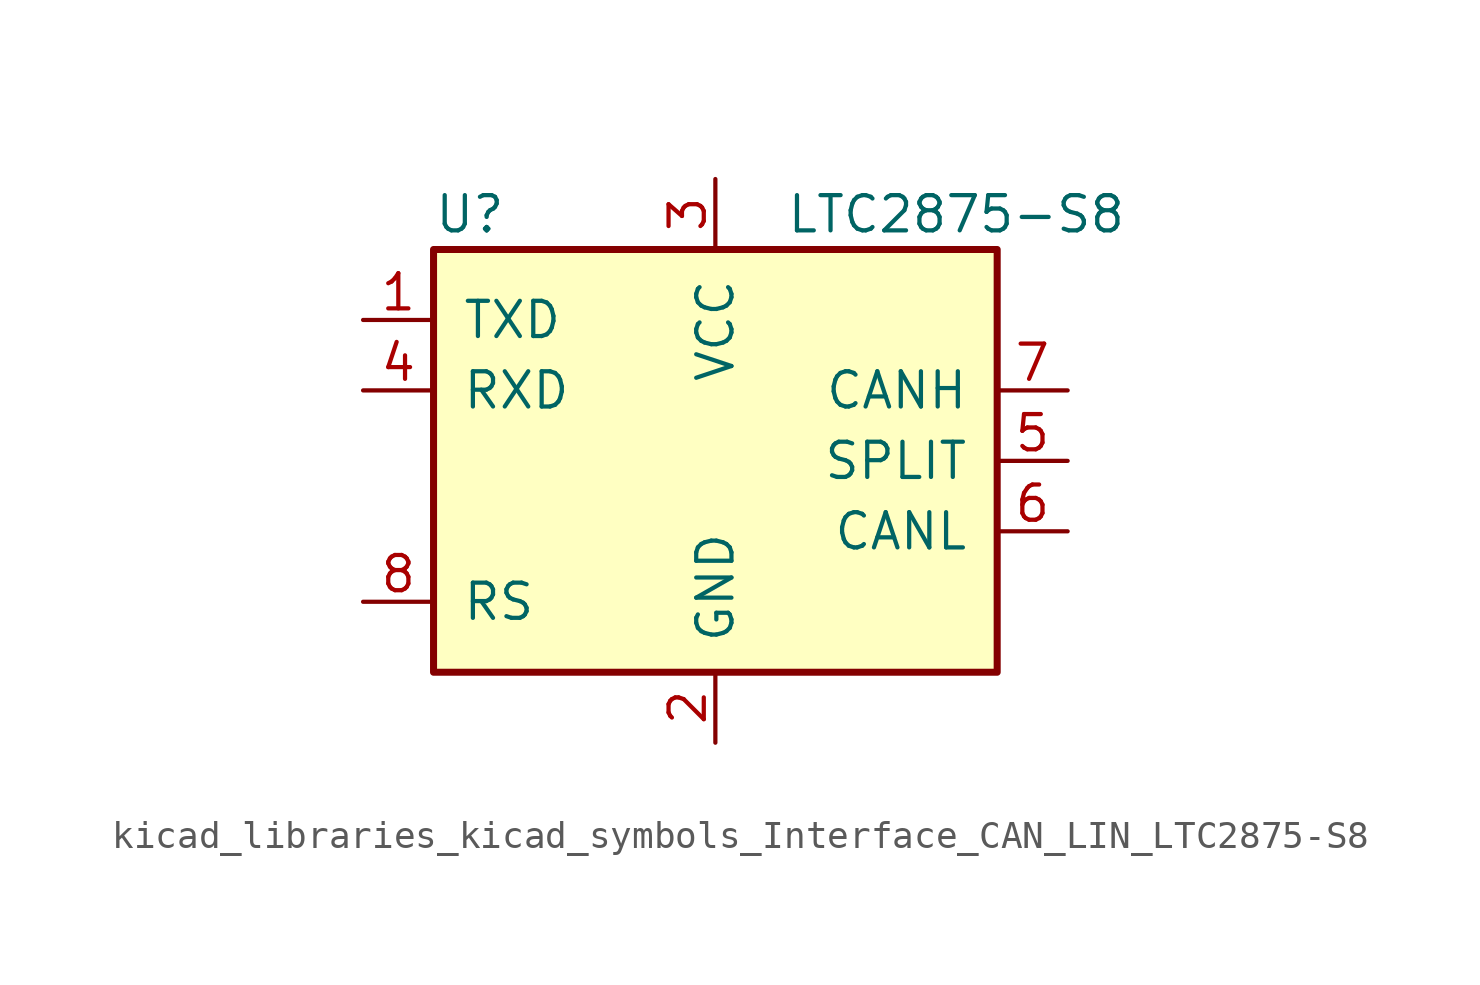
<source format=kicad_sym>
(kicad_symbol_lib
  (version 20220914)
  (generator kicad_symbol_editor)
  (symbol "kicad_libraries_kicad_symbols_Interface_CAN_LIN_LTC2875-S8"
    (pin_names
      (offset 1.016))
    (property "Reference" "U"
      (at -10.16 8.89 0)
      (effects (font (size 1.27 1.27)) (justify left)))
    (property "Value" "LTC2875-S8"
      (at 2.54 8.89 0)
      (effects (font (size 1.27 1.27)) (justify left)))
    (symbol "kicad_libraries_kicad_symbols_Interface_CAN_LIN_LTC2875-S8_0_1"
      (rectangle (start -10.16 7.62) (end 10.16 -7.62) (stroke (width 0.254) (type default)) (fill (type background))))
    (symbol "kicad_libraries_kicad_symbols_Interface_CAN_LIN_LTC2875-S8_1_1"
      (pin input line (at -12.7 5.08 0) (length 2.54) (name "TXD" (effects (font (size 1.27 1.27)))) (number "1" (effects (font (size 1.27 1.27)))))
      (pin power_in line (at 0 -10.16 90) (length 2.54) (name "GND" (effects (font (size 1.27 1.27)))) (number "2" (effects (font (size 1.27 1.27)))))
      (pin power_in line (at 0 10.16 270) (length 2.54) (name "VCC" (effects (font (size 1.27 1.27)))) (number "3" (effects (font (size 1.27 1.27)))))
      (pin output line (at -12.7 2.54 0) (length 2.54) (name "RXD" (effects (font (size 1.27 1.27)))) (number "4" (effects (font (size 1.27 1.27)))))
      (pin input line (at 12.7 0 180) (length 2.54) (name "SPLIT" (effects (font (size 1.27 1.27)))) (number "5" (effects (font (size 1.27 1.27)))))
      (pin bidirectional line (at 12.7 -2.54 180) (length 2.54) (name "CANL" (effects (font (size 1.27 1.27)))) (number "6" (effects (font (size 1.27 1.27)))))
      (pin bidirectional line (at 12.7 2.54 180) (length 2.54) (name "CANH" (effects (font (size 1.27 1.27)))) (number "7" (effects (font (size 1.27 1.27)))))
      (pin input line (at -12.7 -5.08 0) (length 2.54) (name "RS" (effects (font (size 1.27 1.27)))) (number "8" (effects (font (size 1.27 1.27))))))))
</source>
